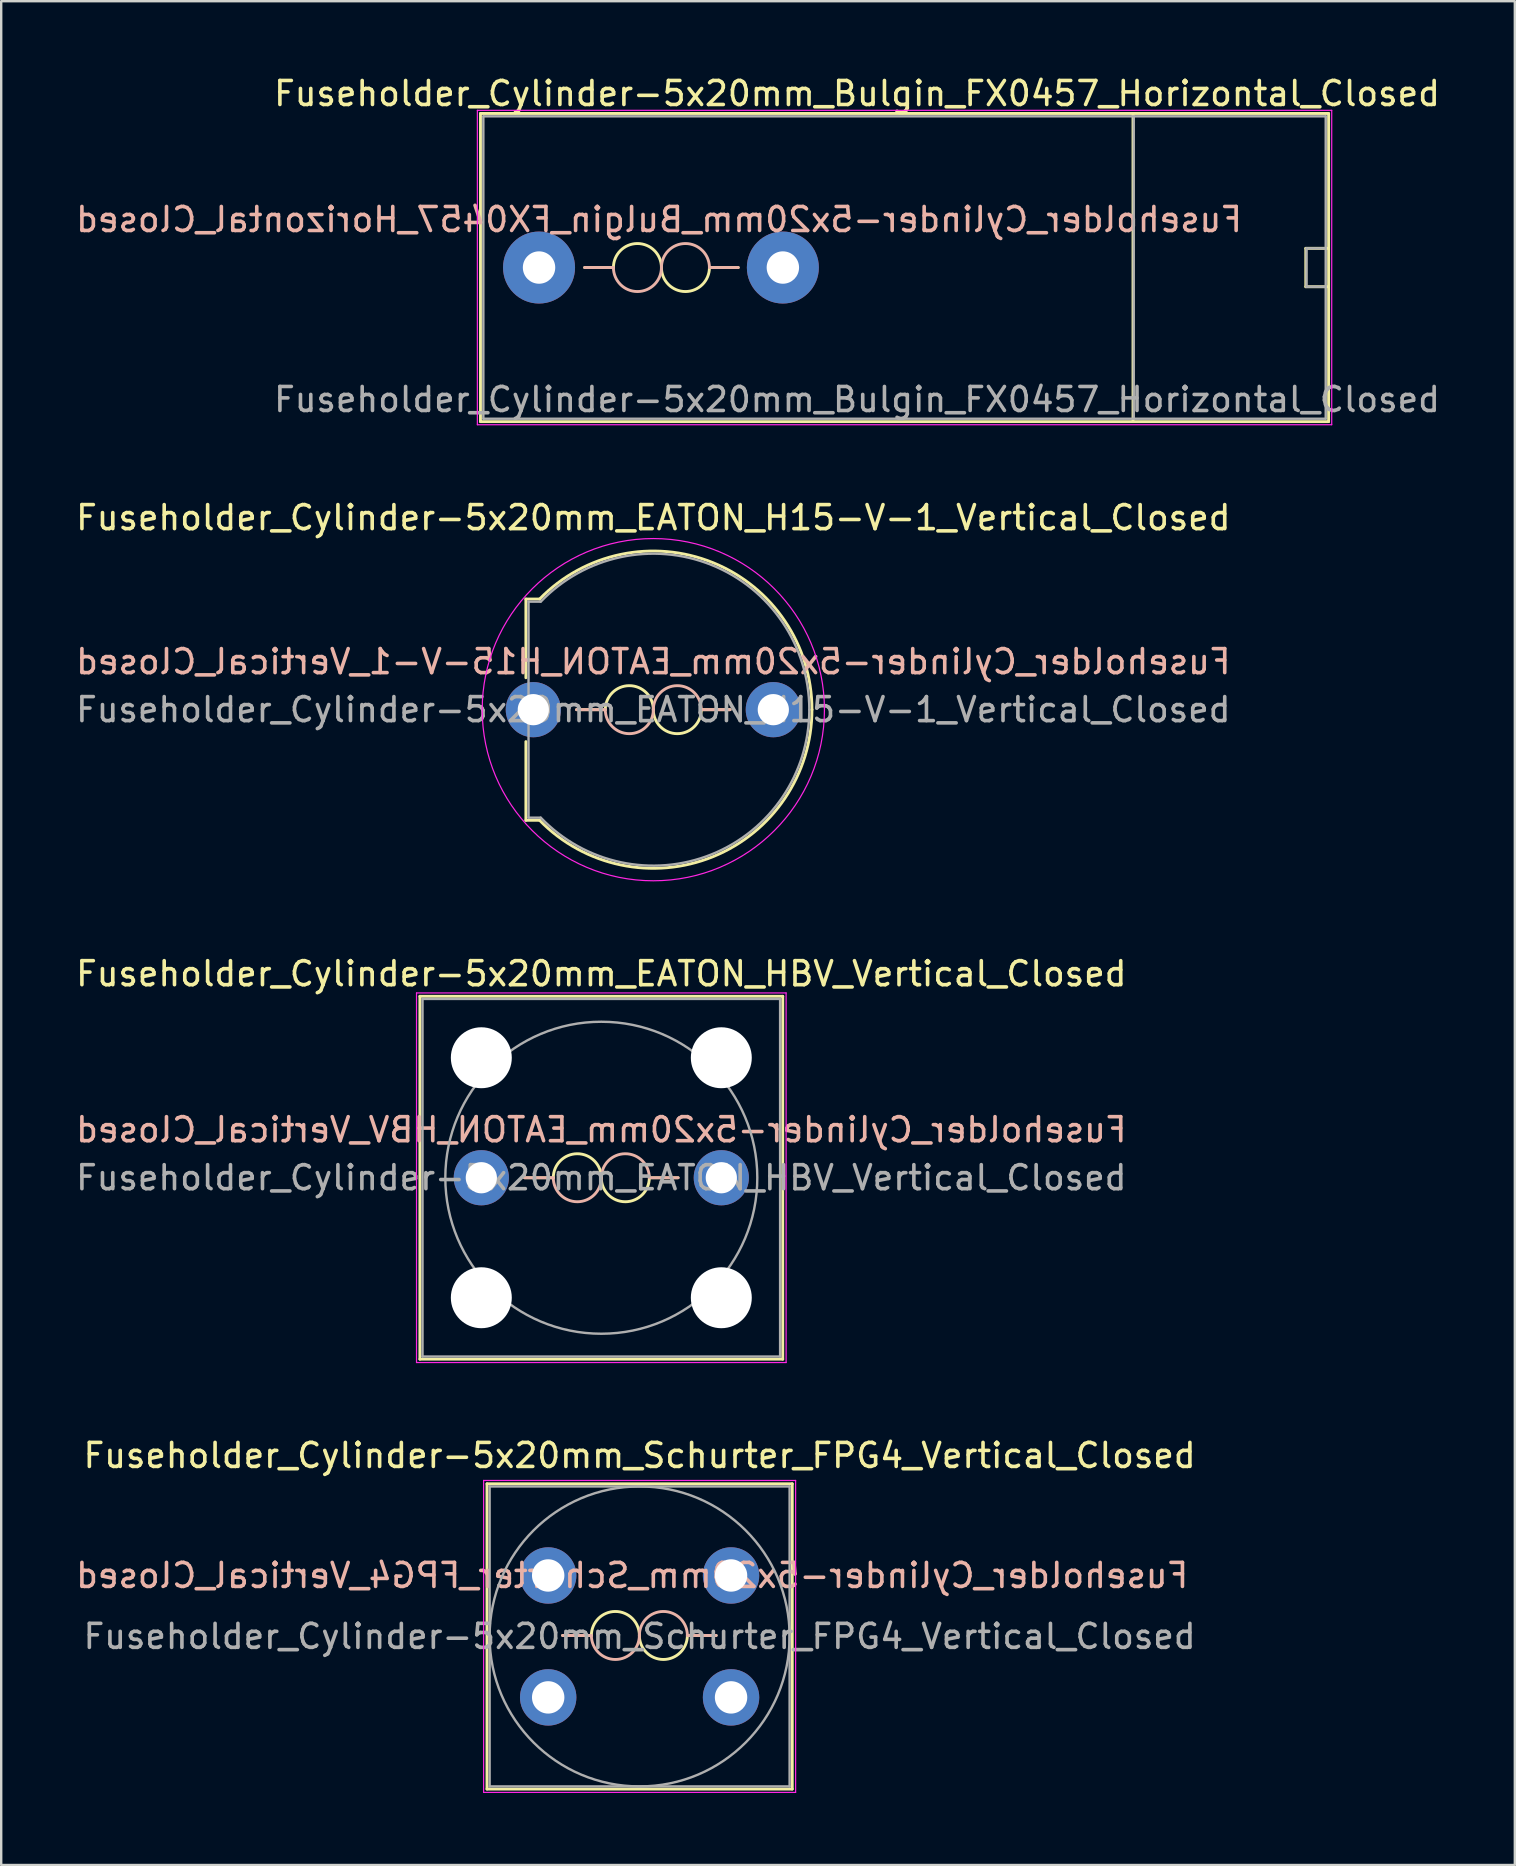
<source format=kicad_pcb>
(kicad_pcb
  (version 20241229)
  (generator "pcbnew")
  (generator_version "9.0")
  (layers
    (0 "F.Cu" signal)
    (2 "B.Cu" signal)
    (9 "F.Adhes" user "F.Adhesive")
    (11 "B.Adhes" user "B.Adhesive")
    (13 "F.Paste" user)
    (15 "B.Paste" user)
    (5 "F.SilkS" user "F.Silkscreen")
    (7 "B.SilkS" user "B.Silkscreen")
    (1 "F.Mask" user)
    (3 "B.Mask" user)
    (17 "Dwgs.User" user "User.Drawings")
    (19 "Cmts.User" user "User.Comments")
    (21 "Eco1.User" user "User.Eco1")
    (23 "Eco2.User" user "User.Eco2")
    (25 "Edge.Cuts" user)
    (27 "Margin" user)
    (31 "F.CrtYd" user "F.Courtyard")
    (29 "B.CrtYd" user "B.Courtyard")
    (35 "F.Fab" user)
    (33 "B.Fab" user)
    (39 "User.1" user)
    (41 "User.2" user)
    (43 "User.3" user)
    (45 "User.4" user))
  (footprint "Fuseholder_Cylinder-5x20mm_EATON_HBV_Vertical_Closed"
    (layer "F.Cu")
    (at 17.006 46.025)
    (property "Reference" "Fuseholder_Cylinder-5x20mm_EATON_HBV_Vertical_Closed" (at 5 -8.5 0) (layer "F.SilkS") (effects (font (size 1 1) (thickness 0.15))))
    (fp_line (start -2.56 -7.56) (end 12.56 -7.56) (stroke (width 0.12) (type solid)) (layer "F.SilkS"))
    (fp_line (start -2.56 7.56) (end -2.56 -7.56) (stroke (width 0.12) (type solid)) (layer "F.SilkS"))
    (fp_line (start 3 0) (end 1.8 0) (stroke (width 0.12) (type solid)) (layer "F.SilkS"))
    (fp_line (start 8.2 0) (end 7 0) (stroke (width 0.12) (type solid)) (layer "F.SilkS"))
    (fp_line (start 12.56 -7.56) (end 12.56 7.56) (stroke (width 0.12) (type solid)) (layer "F.SilkS"))
    (fp_line (start 12.56 7.56) (end -2.56 7.56) (stroke (width 0.12) (type solid)) (layer "F.SilkS"))
    (fp_arc (start 3 0) (mid 4 -1) (end 5 0) (stroke (width 0.12) (type solid)) (layer "F.SilkS"))
    (fp_arc (start 7 0) (mid 6 1) (end 5 0) (stroke (width 0.12) (type solid)) (layer "F.SilkS"))
    (fp_line (start 1.8 0) (end 3 0) (stroke (width 0.12) (type solid)) (layer "B.SilkS"))
    (fp_line (start 7 0) (end 8.2 0) (stroke (width 0.12) (type solid)) (layer "B.SilkS"))
    (fp_arc (start 5 0) (mid 4 1) (end 3 0) (stroke (width 0.12) (type solid)) (layer "B.SilkS"))
    (fp_arc (start 5 0) (mid 6 -1) (end 7 0) (stroke (width 0.12) (type solid)) (layer "B.SilkS"))
    (fp_line (start -2.7 -7.7) (end 12.7 -7.7) (stroke (width 0.05) (type solid)) (layer "F.CrtYd"))
    (fp_line (start -2.7 7.7) (end -2.7 -7.7) (stroke (width 0.05) (type solid)) (layer "F.CrtYd"))
    (fp_line (start 12.7 -7.7) (end 12.7 7.7) (stroke (width 0.05) (type solid)) (layer "F.CrtYd"))
    (fp_line (start 12.7 7.7) (end -2.7 7.7) (stroke (width 0.05) (type solid)) (layer "F.CrtYd"))
    (fp_line (start -2.45 -7.45) (end 12.45 -7.45) (stroke (width 0.1) (type solid)) (layer "F.Fab"))
    (fp_line (start -2.45 7.45) (end -2.45 -7.45) (stroke (width 0.1) (type solid)) (layer "F.Fab"))
    (fp_line (start 12.45 -7.45) (end 12.45 7.45) (stroke (width 0.1) (type solid)) (layer "F.Fab"))
    (fp_line (start 12.45 7.45) (end -2.45 7.45) (stroke (width 0.1) (type solid)) (layer "F.Fab"))
    (fp_circle (center 5 0) (end 11.5 0) (stroke (width 0.1) (type solid)) (fill no) (layer "F.Fab"))
    (fp_text user "${REFERENCE}" (at 5 -2 0) (layer "B.SilkS") (effects (font (size 1 1) (thickness 0.15)) (justify mirror)))
    (fp_text user "${REFERENCE}" (at 5 0 0) (layer "F.Fab") (effects (font (size 1 1) (thickness 0.15))))
    (pad "" np_thru_hole circle (at 0 -5) (size 2.54 2.54) (drill 2.54) (layers "*.Cu" "*.Mask"))
    (pad "" np_thru_hole circle (at 0 5) (size 2.54 2.54) (drill 2.54) (layers "*.Cu" "*.Mask"))
    (pad "" np_thru_hole circle (at 10 -5) (size 2.54 2.54) (drill 2.54) (layers "*.Cu" "*.Mask"))
    (pad "" np_thru_hole circle (at 10 5) (size 2.54 2.54) (drill 2.54) (layers "*.Cu" "*.Mask"))
    (pad "1" thru_hole circle (at 0 0) (size 2.3 2.3) (drill 1.3) (layers "*.Cu" "*.Mask"))
    (pad "2" thru_hole circle (at 10 0) (size 2.3 2.3) (drill 1.3) (layers "*.Cu" "*.Mask")))
  (footprint "Fuseholder_Cylinder-5x20mm_EATON_H15-V-1_Vertical_Closed"
    (layer "F.Cu")
    (at 19.173 26.521)
    (property "Reference" "Fuseholder_Cylinder-5x20mm_EATON_H15-V-1_Vertical_Closed" (at 5 -8 0) (layer "F.SilkS") (effects (font (size 1 1) (thickness 0.15))))
    (fp_line (start -0.31 -4.61) (end -0.31 -1.33) (stroke (width 0.12) (type solid)) (layer "F.SilkS"))
    (fp_line (start -0.31 1.33) (end -0.31 4.61) (stroke (width 0.12) (type solid)) (layer "F.SilkS"))
    (fp_line (start 0.26 -4.61) (end -0.31 -4.61) (stroke (width 0.12) (type solid)) (layer "F.SilkS"))
    (fp_line (start 0.26 4.61) (end -0.31 4.61) (stroke (width 0.12) (type solid)) (layer "F.SilkS"))
    (fp_line (start 3 0) (end 1.8 0) (stroke (width 0.12) (type solid)) (layer "F.SilkS"))
    (fp_line (start 8.2 0) (end 7 0) (stroke (width 0.12) (type solid)) (layer "F.SilkS"))
    (fp_arc (start 0.261221 -4.608261) (mid 7.486842 -6.124354) (end 11.61 0) (stroke (width 0.12) (type solid)) (layer "F.SilkS"))
    (fp_arc (start 3 0) (mid 4 -1) (end 5 0) (stroke (width 0.12) (type solid)) (layer "F.SilkS"))
    (fp_arc (start 7 0) (mid 6 1) (end 5 0) (stroke (width 0.12) (type solid)) (layer "F.SilkS"))
    (fp_arc (start 11.61 0) (mid 7.486842 6.124354) (end 0.261221 4.608261) (stroke (width 0.12) (type solid)) (layer "F.SilkS"))
    (fp_line (start 3 0) (end 1.8 0) (stroke (width 0.12) (type solid)) (layer "B.SilkS"))
    (fp_line (start 8.2 0) (end 7 0) (stroke (width 0.12) (type solid)) (layer "B.SilkS"))
    (fp_arc (start 5 0) (mid 4 1) (end 3 0) (stroke (width 0.12) (type solid)) (layer "B.SilkS"))
    (fp_arc (start 5 0) (mid 6 -1) (end 7 0) (stroke (width 0.12) (type solid)) (layer "B.SilkS"))
    (fp_circle (center 5 0) (end 12.13 0) (stroke (width 0.05) (type solid)) (fill no) (layer "F.CrtYd"))
    (fp_line (start -0.2 -4.5) (end -0.2 4.5) (stroke (width 0.1) (type solid)) (layer "F.Fab"))
    (fp_line (start 0.3 -4.5) (end -0.2 -4.5) (stroke (width 0.1) (type solid)) (layer "F.Fab"))
    (fp_line (start 0.3 4.5) (end -0.2 4.5) (stroke (width 0.1) (type solid)) (layer "F.Fab"))
    (fp_arc (start 0.308559 -4.498931) (mid 7.424421 -6.030935) (end 11.5 0) (stroke (width 0.1) (type solid)) (layer "F.Fab"))
    (fp_arc (start 11.5 0) (mid 7.424421 6.030936) (end 0.308559 4.498931) (stroke (width 0.1) (type solid)) (layer "F.Fab"))
    (fp_text user "${REFERENCE}" (at 5 -2 0) (layer "B.SilkS") (effects (font (size 1 1) (thickness 0.15)) (justify mirror)))
    (fp_text user "${REFERENCE}" (at 5 0 0) (layer "F.Fab") (effects (font (size 1 1) (thickness 0.15))))
    (pad "1" thru_hole circle (at 0 0) (size 2.3 2.3) (drill 1.3) (layers "*.Cu" "*.Mask"))
    (pad "2" thru_hole circle (at 10 0) (size 2.3 2.3) (drill 1.3) (layers "*.Cu" "*.Mask")))
  (footprint "Fuseholder_Cylinder-5x20mm_Schurter_FPG4_Vertical_Closed"
    (layer "F.Cu")
    (at 19.792 62.598)
    (property "Reference" "Fuseholder_Cylinder-5x20mm_Schurter_FPG4_Vertical_Closed" (at 3.81 -5 0) (layer "F.SilkS") (effects (font (size 1 1) (thickness 0.15))))
    (fp_line (start -2.55 -3.82) (end 10.17 -3.82) (stroke (width 0.12) (type solid)) (layer "F.SilkS"))
    (fp_line (start -2.55 8.9) (end -2.55 -3.82) (stroke (width 0.12) (type solid)) (layer "F.SilkS"))
    (fp_line (start 1.8 2.5) (end 0.6 2.5) (stroke (width 0.12) (type solid)) (layer "F.SilkS"))
    (fp_line (start 7 2.5) (end 5.8 2.5) (stroke (width 0.12) (type solid)) (layer "F.SilkS"))
    (fp_line (start 10.17 -3.82) (end 10.17 8.9) (stroke (width 0.12) (type solid)) (layer "F.SilkS"))
    (fp_line (start 10.17 8.9) (end -2.55 8.9) (stroke (width 0.12) (type solid)) (layer "F.SilkS"))
    (fp_arc (start 1.8 2.5) (mid 2.8 1.5) (end 3.8 2.5) (stroke (width 0.12) (type solid)) (layer "F.SilkS"))
    (fp_arc (start 5.8 2.5) (mid 4.8 3.5) (end 3.8 2.5) (stroke (width 0.12) (type solid)) (layer "F.SilkS"))
    (fp_line (start 0.6 2.5) (end 1.8 2.5) (stroke (width 0.12) (type solid)) (layer "B.SilkS"))
    (fp_line (start 5.8 2.5) (end 7 2.5) (stroke (width 0.12) (type solid)) (layer "B.SilkS"))
    (fp_arc (start 3.8 2.5) (mid 2.8 3.5) (end 1.8 2.5) (stroke (width 0.12) (type solid)) (layer "B.SilkS"))
    (fp_arc (start 3.8 2.5) (mid 4.8 1.5) (end 5.8 2.5) (stroke (width 0.12) (type solid)) (layer "B.SilkS"))
    (fp_line (start -2.69 -3.96) (end 10.31 -3.96) (stroke (width 0.05) (type solid)) (layer "F.CrtYd"))
    (fp_line (start -2.69 9.04) (end -2.69 -3.96) (stroke (width 0.05) (type solid)) (layer "F.CrtYd"))
    (fp_line (start 10.31 -3.96) (end 10.31 9.04) (stroke (width 0.05) (type solid)) (layer "F.CrtYd"))
    (fp_line (start 10.31 9.04) (end -2.69 9.04) (stroke (width 0.05) (type solid)) (layer "F.CrtYd"))
    (fp_line (start -2.44 -3.71) (end 10.06 -3.71) (stroke (width 0.1) (type solid)) (layer "F.Fab"))
    (fp_line (start -2.44 8.79) (end -2.44 -3.71) (stroke (width 0.1) (type solid)) (layer "F.Fab"))
    (fp_line (start 10.06 -3.71) (end 10.06 8.79) (stroke (width 0.1) (type solid)) (layer "F.Fab"))
    (fp_line (start 10.06 8.79) (end -2.44 8.79) (stroke (width 0.1) (type solid)) (layer "F.Fab"))
    (fp_circle (center 3.81 2.54) (end 10.06 2.54) (stroke (width 0.1) (type solid)) (fill no) (layer "F.Fab"))
    (fp_text user "${REFERENCE}" (at 3.5 0 0) (layer "B.SilkS") (effects (font (size 1 1) (thickness 0.15)) (justify mirror)))
    (fp_text user "${REFERENCE}" (at 3.81 2.54 0) (layer "F.Fab") (effects (font (size 1 1) (thickness 0.15))))
    (pad "1" thru_hole circle (at 0 0) (size 2.35 2.35) (drill 1.35) (layers "*.Cu" "*.Mask"))
    (pad "1" thru_hole circle (at 0 5.08) (size 2.35 2.35) (drill 1.35) (layers "*.Cu" "*.Mask"))
    (pad "2" thru_hole circle (at 7.62 0) (size 2.35 2.35) (drill 1.35) (layers "*.Cu" "*.Mask"))
    (pad "2" thru_hole circle (at 7.62 5.08) (size 2.35 2.35) (drill 1.35) (layers "*.Cu" "*.Mask")))
  (footprint "Fuseholder_Cylinder-5x20mm_Bulgin_FX0457_Horizontal_Closed"
    (layer "F.Cu")
    (at 19.411 8.098)
    (property "Reference" "Fuseholder_Cylinder-5x20mm_Bulgin_FX0457_Horizontal_Closed" (at 13.25 -7.25 0) (layer "F.SilkS") (effects (font (size 1 1) (thickness 0.15))))
    (fp_line (start -2.44 -6.42) (end -2.44 6.42) (stroke (width 0.12) (type solid)) (layer "F.SilkS"))
    (fp_line (start -2.44 -6.42) (end 32.9 -6.42) (stroke (width 0.12) (type solid)) (layer "F.SilkS"))
    (fp_line (start 3.1 0) (end 1.9 0) (stroke (width 0.12) (type solid)) (layer "F.SilkS"))
    (fp_line (start 8.3 0) (end 7.1 0) (stroke (width 0.12) (type solid)) (layer "F.SilkS"))
    (fp_line (start 24.75 -6.4) (end 24.75 6.4) (stroke (width 0.12) (type solid)) (layer "F.SilkS"))
    (fp_line (start 31.95 -0.8) (end 31.95 0.8) (stroke (width 0.12) (type solid)) (layer "F.SilkS"))
    (fp_line (start 31.95 0.8) (end 32.85 0.8) (stroke (width 0.12) (type solid)) (layer "F.SilkS"))
    (fp_line (start 32.85 -0.8) (end 31.95 -0.8) (stroke (width 0.12) (type solid)) (layer "F.SilkS"))
    (fp_line (start 32.9 6.42) (end -2.44 6.42) (stroke (width 0.12) (type solid)) (layer "F.SilkS"))
    (fp_line (start 32.9 6.42) (end 32.9 -6.42) (stroke (width 0.12) (type solid)) (layer "F.SilkS"))
    (fp_arc (start 3.1 0) (mid 4.1 -1) (end 5.1 0) (stroke (width 0.12) (type solid)) (layer "F.SilkS"))
    (fp_arc (start 7.1 0) (mid 6.1 1) (end 5.1 0) (stroke (width 0.12) (type solid)) (layer "F.SilkS"))
    (fp_line (start 3.1 0) (end 1.9 0) (stroke (width 0.12) (type solid)) (layer "B.SilkS"))
    (fp_line (start 8.3 0) (end 7.1 0) (stroke (width 0.12) (type solid)) (layer "B.SilkS"))
    (fp_arc (start 5.1 0) (mid 4.1 1) (end 3.1 0) (stroke (width 0.12) (type solid)) (layer "B.SilkS"))
    (fp_arc (start 5.1 0) (mid 6.1 -1) (end 7.1 0) (stroke (width 0.12) (type solid)) (layer "B.SilkS"))
    (fp_line (start -2.57 -6.55) (end -2.57 6.55) (stroke (width 0.05) (type solid)) (layer "F.CrtYd"))
    (fp_line (start -2.57 -6.55) (end 33.03 -6.55) (stroke (width 0.05) (type solid)) (layer "F.CrtYd"))
    (fp_line (start 33.03 6.55) (end -2.57 6.55) (stroke (width 0.05) (type solid)) (layer "F.CrtYd"))
    (fp_line (start 33.03 6.55) (end 33.03 -6.55) (stroke (width 0.05) (type solid)) (layer "F.CrtYd"))
    (fp_line (start -2.32 6.3) (end -2.32 -6.3) (stroke (width 0.1) (type solid)) (layer "F.Fab"))
    (fp_line (start -2.32 6.3) (end 32.78 6.3) (stroke (width 0.1) (type solid)) (layer "F.Fab"))
    (fp_line (start 24.78 6.3) (end 24.78 -6.3) (stroke (width 0.1) (type solid)) (layer "F.Fab"))
    (fp_line (start 31.98 -0.8) (end 31.98 0.8) (stroke (width 0.1) (type solid)) (layer "F.Fab"))
    (fp_line (start 31.98 0.8) (end 32.78 0.8) (stroke (width 0.1) (type solid)) (layer "F.Fab"))
    (fp_line (start 32.78 -6.3) (end -2.32 -6.3) (stroke (width 0.1) (type solid)) (layer "F.Fab"))
    (fp_line (start 32.78 -0.8) (end 31.98 -0.8) (stroke (width 0.1) (type solid)) (layer "F.Fab"))
    (fp_line (start 32.78 6.3) (end 32.78 -6.3) (stroke (width 0.1) (type solid)) (layer "F.Fab"))
    (fp_text user "${REFERENCE}" (at 5 -2 0) (layer "B.SilkS") (effects (font (size 1 1) (thickness 0.15)) (justify mirror)))
    (fp_text user "${REFERENCE}" (at 13.25 5.5 0) (layer "F.Fab") (effects (font (size 1 1) (thickness 0.15))))
    (pad "1" thru_hole circle (at 0 0) (size 3 3) (drill 1.35) (layers "*.Cu" "*.Mask"))
    (pad "2" thru_hole circle (at 10.16 0) (size 3 3) (drill 1.35) (layers "*.Cu" "*.Mask")))
  (gr_rect
    (start -3 -3)
    (end 60.071 74.663)
    (stroke (width 0.1) (type default))
    (fill no)
    (layer "Edge.Cuts")))
</source>
